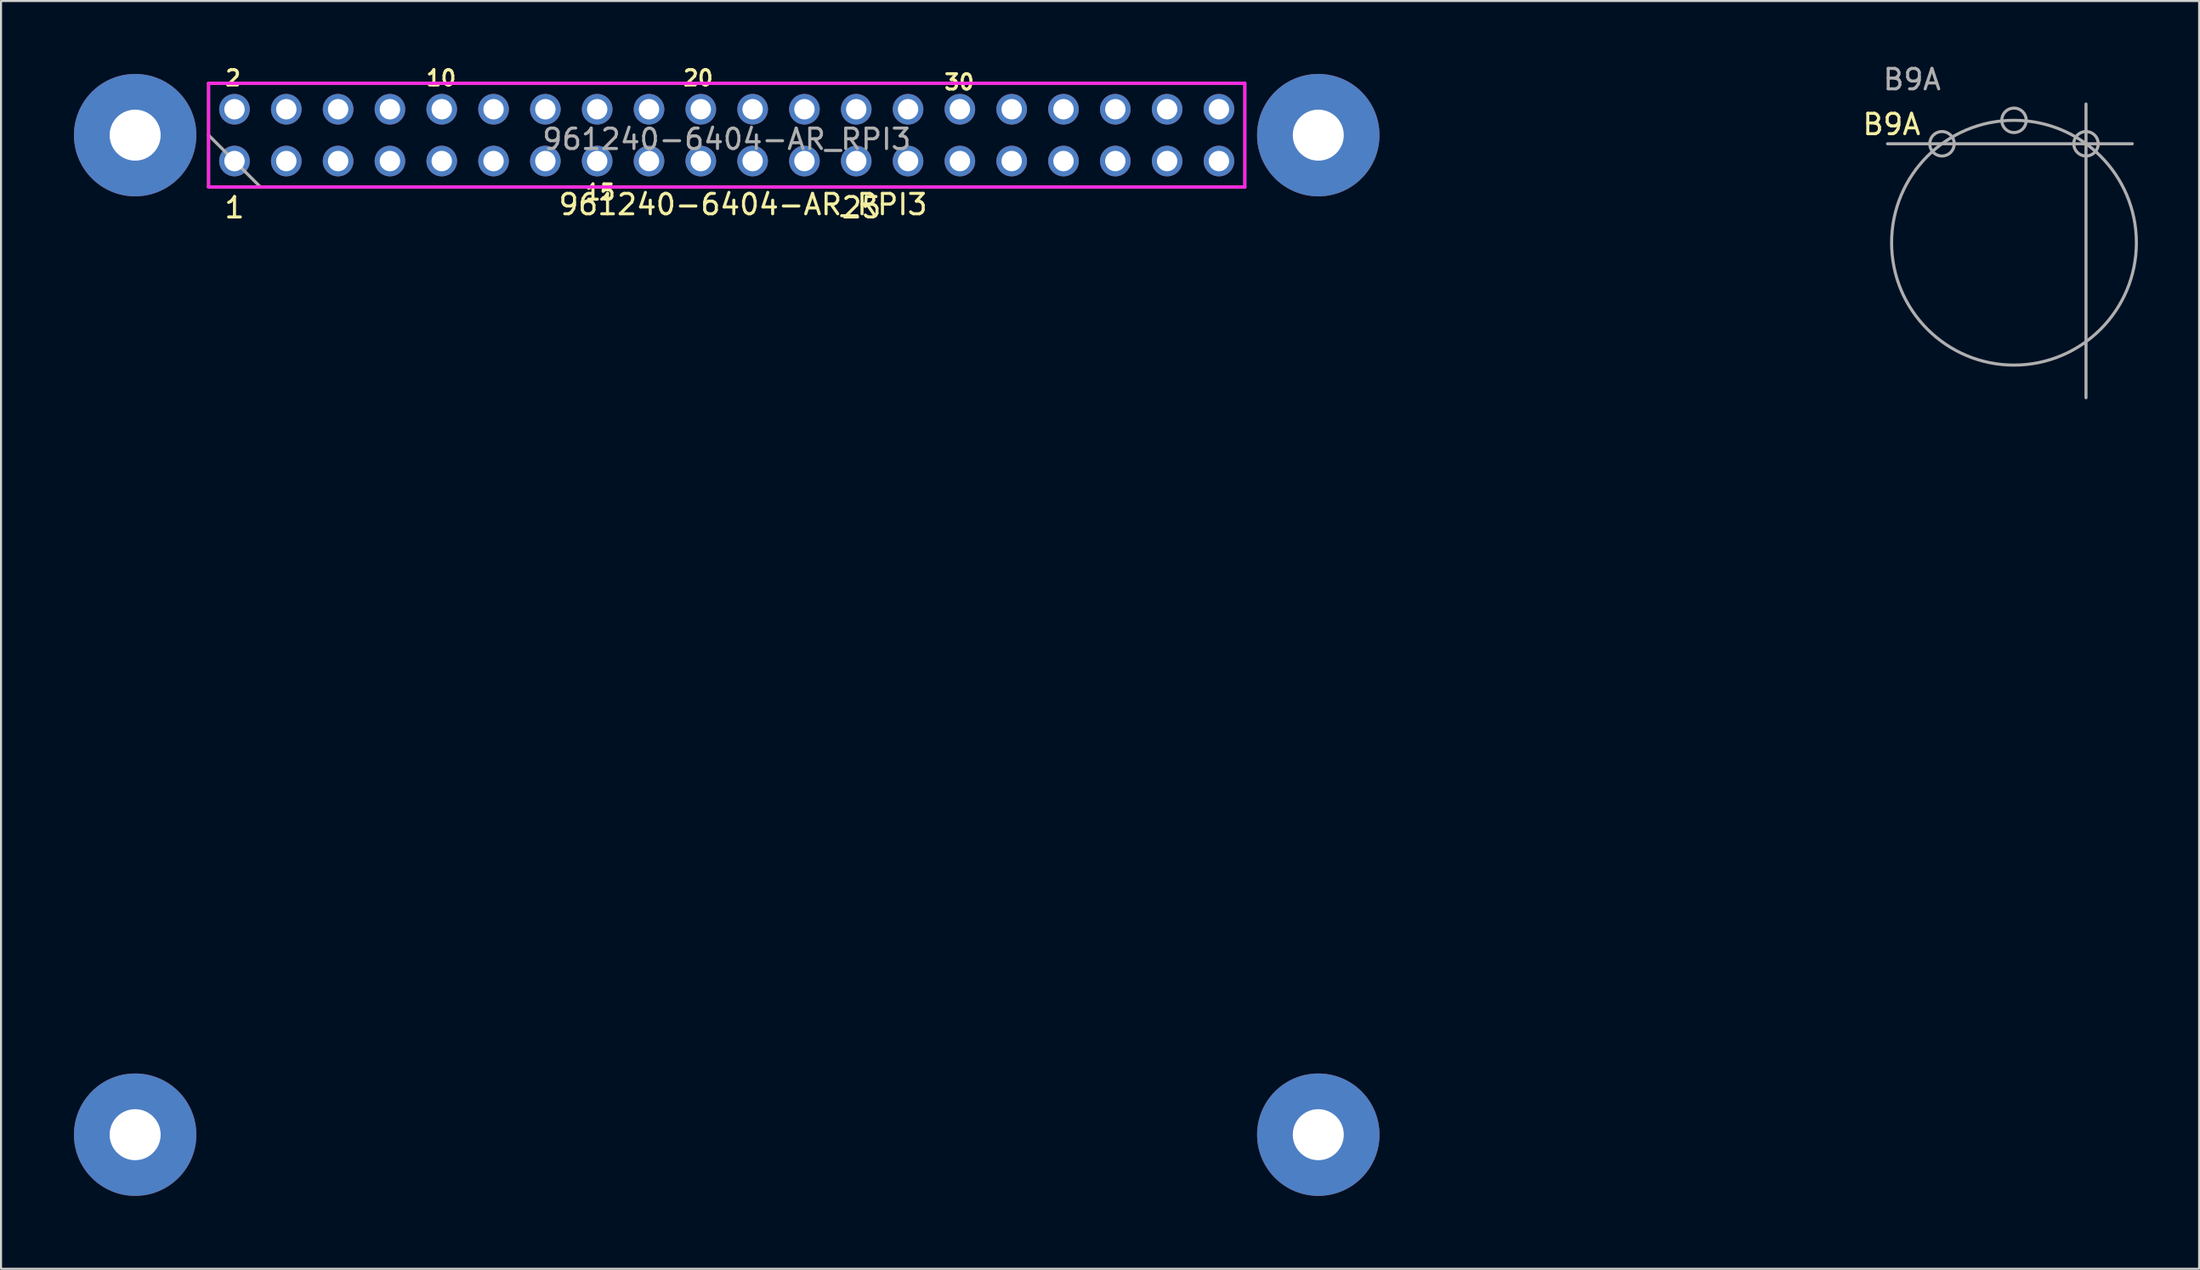
<source format=kicad_pcb>
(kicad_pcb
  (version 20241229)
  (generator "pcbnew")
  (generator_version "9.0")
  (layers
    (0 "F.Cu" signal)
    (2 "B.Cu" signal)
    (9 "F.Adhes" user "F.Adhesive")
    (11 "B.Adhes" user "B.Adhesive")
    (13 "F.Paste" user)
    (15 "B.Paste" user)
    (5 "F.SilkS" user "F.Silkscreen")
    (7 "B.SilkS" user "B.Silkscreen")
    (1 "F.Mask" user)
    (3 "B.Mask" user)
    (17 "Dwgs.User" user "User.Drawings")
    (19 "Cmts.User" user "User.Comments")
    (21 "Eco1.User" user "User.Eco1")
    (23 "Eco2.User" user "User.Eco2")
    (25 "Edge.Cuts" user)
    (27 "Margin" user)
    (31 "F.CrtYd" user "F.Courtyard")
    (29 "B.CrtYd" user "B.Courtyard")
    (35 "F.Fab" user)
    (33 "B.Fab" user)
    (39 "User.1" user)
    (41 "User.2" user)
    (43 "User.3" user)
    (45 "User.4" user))
  (footprint "961240-6404-AR_RPI3"
    (layer "F.Cu")
    (at 32.575 3.575)
    (property "Reference" "961240-6404-AR_RPI3" (at 0.8 3.4 0) (layer "F.SilkS") (effects (font (size 1 1) (thickness 0.15))))
    (attr through_hole)
    (fp_line (start -32.5 -2) (end -32.5 51) (stroke (width 0.15) (type solid)) (layer "Eco1.User"))
    (fp_line (start -31 -3.5) (end 51 -3.5) (stroke (width 0.15) (type solid)) (layer "Eco1.User"))
    (fp_line (start -31 52.5) (end 51 52.5) (stroke (width 0.15) (type solid)) (layer "Eco1.User"))
    (fp_line (start -30 0) (end -28 0) (stroke (width 0.15) (type solid)) (layer "Eco1.User"))
    (fp_line (start -30 49) (end -28 49) (stroke (width 0.15) (type solid)) (layer "Eco1.User"))
    (fp_line (start -29 -1) (end -29 1) (stroke (width 0.15) (type solid)) (layer "Eco1.User"))
    (fp_line (start -29 48) (end -29 50) (stroke (width 0.15) (type solid)) (layer "Eco1.User"))
    (fp_line (start 28 0) (end 30 0) (stroke (width 0.15) (type solid)) (layer "Eco1.User"))
    (fp_line (start 28 49) (end 30 49) (stroke (width 0.15) (type solid)) (layer "Eco1.User"))
    (fp_line (start 29 -1) (end 29 1) (stroke (width 0.15) (type solid)) (layer "Eco1.User"))
    (fp_line (start 29 48) (end 29 50) (stroke (width 0.15) (type solid)) (layer "Eco1.User"))
    (fp_line (start 52.5 -2) (end 52.5 51) (stroke (width 0.15) (type solid)) (layer "Eco1.User"))
    (fp_arc (start -32.5 -2) (mid -32.06066 -3.06066) (end -31 -3.5) (stroke (width 0.15) (type solid)) (layer "Eco1.User"))
    (fp_arc (start -31 52.5) (mid -32.06066 52.06066) (end -32.5 51) (stroke (width 0.15) (type solid)) (layer "Eco1.User"))
    (fp_arc (start 51 -3.5) (mid 52.06066 -3.06066) (end 52.5 -2) (stroke (width 0.15) (type solid)) (layer "Eco1.User"))
    (fp_arc (start 52.5 51) (mid 52.06066 52.06066) (end 51 52.5) (stroke (width 0.15) (type solid)) (layer "Eco1.User"))
    (fp_circle (center -29 0) (end -29 -2) (stroke (width 0.15) (type solid)) (fill no) (layer "Eco1.User"))
    (fp_circle (center -29 49) (end -29 47) (stroke (width 0.15) (type solid)) (fill no) (layer "Eco1.User"))
    (fp_circle (center 29 0) (end 29 -2) (stroke (width 0.15) (type solid)) (fill no) (layer "Eco1.User"))
    (fp_circle (center 29 0) (end 30.375 0) (stroke (width 0.15) (type solid)) (fill no) (layer "Eco1.User"))
    (fp_circle (center 29 49) (end 29 47) (stroke (width 0.15) (type solid)) (fill no) (layer "Eco1.User"))
    (fp_line (start -25.4 -2.54) (end 25.4 -2.54) (stroke (width 0.15) (type solid)) (layer "F.CrtYd"))
    (fp_line (start -25.4 2.54) (end -25.4 -2.54) (stroke (width 0.15) (type solid)) (layer "F.CrtYd"))
    (fp_line (start 25.4 -2.54) (end 25.4 2.54) (stroke (width 0.15) (type solid)) (layer "F.CrtYd"))
    (fp_line (start 25.4 2.54) (end -25.4 2.54) (stroke (width 0.15) (type solid)) (layer "F.CrtYd"))
    (fp_line (start -25.4 -2.54) (end 25.4 -2.54) (stroke (width 0.15) (type solid)) (layer "F.Fab"))
    (fp_line (start -25.4 0) (end -22.86 2.54) (stroke (width 0.15) (type solid)) (layer "F.Fab"))
    (fp_line (start -25.4 2.54) (end -25.4 -2.54) (stroke (width 0.15) (type solid)) (layer "F.Fab"))
    (fp_line (start 25.4 -2.54) (end 25.4 2.54) (stroke (width 0.15) (type solid)) (layer "F.Fab"))
    (fp_line (start 25.4 2.54) (end -25.4 2.54) (stroke (width 0.15) (type solid)) (layer "F.Fab"))
    (fp_text user "25" (at 6.604 3.556 0) (layer "F.SilkS") (effects (font (size 1 1) (thickness 0.15))))
    (fp_text user "30" (at 11.4 -2.6 0) (layer "F.SilkS") (effects (font (size 0.75 0.75) (thickness 0.15))))
    (fp_text user "15" (at -6.2 2.8 0) (layer "F.SilkS") (effects (font (size 0.75 0.75) (thickness 0.15))))
    (fp_text user "1" (at -24.13 3.556 0) (layer "F.SilkS") (effects (font (size 1 1) (thickness 0.15))))
    (fp_text user "2" (at -24.2 -2.8 0) (layer "F.SilkS") (effects (font (size 0.75 0.75) (thickness 0.15))))
    (fp_text user "20" (at -1.4 -2.8 0) (layer "F.SilkS") (effects (font (size 0.75 0.75) (thickness 0.15))))
    (fp_text user "10" (at -14 -2.8 0) (layer "F.SilkS") (effects (font (size 0.75 0.75) (thickness 0.15))))
    (fp_text user "${REFERENCE}" (at 0 0.2 0) (layer "F.Fab") (effects (font (size 1 1) (thickness 0.15))))
    (pad "" thru_hole circle (at -29 0) (size 6 6) (drill 2.5) (layers "*.Cu" "*.Mask"))
    (pad "" thru_hole circle (at -29 49) (size 6 6) (drill 2.5) (layers "*.Cu" "*.Mask"))
    (pad "" thru_hole circle (at 29 0) (size 6 6) (drill 2.5) (layers "*.Cu" "*.Mask"))
    (pad "" thru_hole circle (at 29 49) (size 6 6) (drill 2.5) (layers "*.Cu" "*.Mask"))
    (pad "1" thru_hole circle (at -24.13 1.27) (size 1.5 1.5) (drill 1) (layers "*.Cu" "*.Mask"))
    (pad "2" thru_hole circle (at -24.13 -1.27) (size 1.5 1.5) (drill 1) (layers "*.Cu" "*.Mask"))
    (pad "3" thru_hole circle (at -21.59 1.27) (size 1.5 1.5) (drill 1) (layers "*.Cu" "*.Mask"))
    (pad "4" thru_hole circle (at -21.59 -1.27) (size 1.5 1.5) (drill 1) (layers "*.Cu" "*.Mask"))
    (pad "5" thru_hole circle (at -19.05 1.27) (size 1.5 1.5) (drill 1) (layers "*.Cu" "*.Mask"))
    (pad "6" thru_hole circle (at -19.05 -1.27) (size 1.5 1.5) (drill 1) (layers "*.Cu" "*.Mask"))
    (pad "7" thru_hole circle (at -16.51 1.27) (size 1.5 1.5) (drill 1) (layers "*.Cu" "*.Mask"))
    (pad "8" thru_hole circle (at -16.51 -1.27) (size 1.5 1.5) (drill 1) (layers "*.Cu" "*.Mask"))
    (pad "9" thru_hole circle (at -13.97 1.27) (size 1.5 1.5) (drill 1) (layers "*.Cu" "*.Mask"))
    (pad "10" thru_hole circle (at -13.97 -1.27) (size 1.5 1.5) (drill 1) (layers "*.Cu" "*.Mask"))
    (pad "11" thru_hole circle (at -11.43 1.27) (size 1.5 1.5) (drill 1) (layers "*.Cu" "*.Mask"))
    (pad "12" thru_hole circle (at -11.43 -1.27) (size 1.5 1.5) (drill 1) (layers "*.Cu" "*.Mask"))
    (pad "13" thru_hole circle (at -8.89 1.27) (size 1.5 1.5) (drill 1) (layers "*.Cu" "*.Mask"))
    (pad "14" thru_hole circle (at -8.89 -1.27) (size 1.5 1.5) (drill 1) (layers "*.Cu" "*.Mask"))
    (pad "15" thru_hole circle (at -6.35 1.27) (size 1.5 1.5) (drill 1) (layers "*.Cu" "*.Mask"))
    (pad "16" thru_hole circle (at -6.35 -1.27) (size 1.5 1.5) (drill 1) (layers "*.Cu" "*.Mask"))
    (pad "17" thru_hole circle (at -3.81 1.27) (size 1.5 1.5) (drill 1) (layers "*.Cu" "*.Mask"))
    (pad "18" thru_hole circle (at -3.81 -1.27) (size 1.5 1.5) (drill 1) (layers "*.Cu" "*.Mask"))
    (pad "19" thru_hole circle (at -1.27 1.27) (size 1.5 1.5) (drill 1) (layers "*.Cu" "*.Mask"))
    (pad "20" thru_hole circle (at -1.27 -1.27) (size 1.5 1.5) (drill 1) (layers "*.Cu" "*.Mask"))
    (pad "21" thru_hole circle (at 1.27 1.27) (size 1.5 1.5) (drill 1) (layers "*.Cu" "*.Mask"))
    (pad "22" thru_hole circle (at 1.27 -1.27) (size 1.5 1.5) (drill 1) (layers "*.Cu" "*.Mask"))
    (pad "23" thru_hole circle (at 3.81 1.27) (size 1.5 1.5) (drill 1) (layers "*.Cu" "*.Mask"))
    (pad "24" thru_hole circle (at 3.81 -1.27) (size 1.5 1.5) (drill 1) (layers "*.Cu" "*.Mask"))
    (pad "25" thru_hole circle (at 6.35 1.27) (size 1.5 1.5) (drill 1) (layers "*.Cu" "*.Mask"))
    (pad "26" thru_hole circle (at 6.35 -1.27) (size 1.5 1.5) (drill 1) (layers "*.Cu" "*.Mask"))
    (pad "27" thru_hole circle (at 8.89 1.27) (size 1.5 1.5) (drill 1) (layers "*.Cu" "*.Mask"))
    (pad "28" thru_hole circle (at 8.89 -1.27) (size 1.5 1.5) (drill 1) (layers "*.Cu" "*.Mask"))
    (pad "29" thru_hole circle (at 11.43 1.27) (size 1.5 1.5) (drill 1) (layers "*.Cu" "*.Mask"))
    (pad "30" thru_hole circle (at 11.43 -1.27) (size 1.5 1.5) (drill 1) (layers "*.Cu" "*.Mask"))
    (pad "31" thru_hole circle (at 13.97 1.27) (size 1.5 1.5) (drill 1) (layers "*.Cu" "*.Mask"))
    (pad "32" thru_hole circle (at 13.97 -1.27) (size 1.5 1.5) (drill 1) (layers "*.Cu" "*.Mask"))
    (pad "33" thru_hole circle (at 16.51 1.27) (size 1.5 1.5) (drill 1) (layers "*.Cu" "*.Mask"))
    (pad "34" thru_hole circle (at 16.51 -1.27) (size 1.5 1.5) (drill 1) (layers "*.Cu" "*.Mask"))
    (pad "35" thru_hole circle (at 19.05 1.27) (size 1.5 1.5) (drill 1) (layers "*.Cu" "*.Mask"))
    (pad "36" thru_hole circle (at 19.05 -1.27) (size 1.5 1.5) (drill 1) (layers "*.Cu" "*.Mask"))
    (pad "37" thru_hole circle (at 21.59 1.27) (size 1.5 1.5) (drill 1) (layers "*.Cu" "*.Mask"))
    (pad "38" thru_hole circle (at 21.59 -1.27) (size 1.5 1.5) (drill 1) (layers "*.Cu" "*.Mask"))
    (pad "39" thru_hole circle (at 24.13 1.27) (size 1.5 1.5) (drill 1) (layers "*.Cu" "*.Mask"))
    (pad "40" thru_hole circle (at 24.13 -1.27) (size 1.5 1.5) (drill 1) (layers "*.Cu" "*.Mask")))
  (footprint "B9A"
    (layer "F.Cu")
    (at 95.68 8.848)
    (property "Reference" "B9A" (at -6 -5.8 0) (layer "F.SilkS") (effects (font (size 1 1) (thickness 0.15))))
    (attr through_hole)
    (fp_line (start -6.2 -4.85) (end 5.8 -4.85) (stroke (width 0.15) (type solid)) (layer "F.Fab"))
    (fp_line (start 3.53 -6.8) (end 3.53 7.6) (stroke (width 0.15) (type solid)) (layer "F.Fab"))
    (fp_circle (center -3.53 -4.85) (end -3.53 -4.25) (stroke (width 0.15) (type solid)) (fill no) (layer "F.Fab"))
    (fp_circle (center 0 -6) (end 0 -5.4) (stroke (width 0.15) (type solid)) (fill no) (layer "F.Fab"))
    (fp_circle (center 0 0) (end 6 0) (stroke (width 0.15) (type solid)) (fill no) (layer "F.Fab"))
    (fp_circle (center 3.53 -4.85) (end 3.53 -4.25) (stroke (width 0.15) (type solid)) (fill no) (layer "F.Fab"))
    (fp_text user "${REFERENCE}" (at -5 -8 0) (layer "F.Fab") (effects (font (size 1 1) (thickness 0.15)))))
  (gr_rect
    (start -3 -3)
    (end 104.755 59.15)
    (stroke (width 0.1) (type default))
    (fill no)
    (layer "Edge.Cuts")))
</source>
